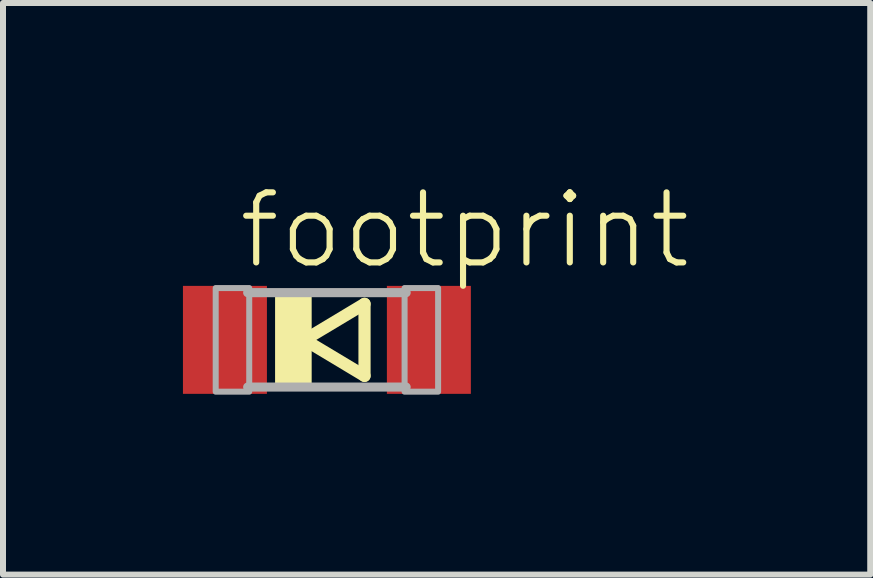
<source format=kicad_pcb>
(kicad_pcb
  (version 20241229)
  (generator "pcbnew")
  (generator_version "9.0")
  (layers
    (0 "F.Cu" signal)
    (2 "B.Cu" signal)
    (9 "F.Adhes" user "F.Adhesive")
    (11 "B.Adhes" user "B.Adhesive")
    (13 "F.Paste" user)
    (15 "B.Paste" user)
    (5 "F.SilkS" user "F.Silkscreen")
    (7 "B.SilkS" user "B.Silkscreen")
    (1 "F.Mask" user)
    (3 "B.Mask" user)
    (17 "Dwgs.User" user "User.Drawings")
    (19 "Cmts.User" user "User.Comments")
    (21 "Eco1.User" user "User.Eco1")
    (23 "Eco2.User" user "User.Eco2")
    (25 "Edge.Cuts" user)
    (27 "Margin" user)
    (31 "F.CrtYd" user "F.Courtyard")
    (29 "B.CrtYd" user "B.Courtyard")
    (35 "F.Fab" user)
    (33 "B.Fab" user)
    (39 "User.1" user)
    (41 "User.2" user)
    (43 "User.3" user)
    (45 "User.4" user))
  (footprint "footprint"
    (layer "F.Cu")
    (at 2.4 2.616)
    (property "Reference" "footprint" (at -1.524 -1.143 0) (layer "F.SilkS") (effects (font (size 1.168 1.168) (thickness 0.102)) (justify left bottom)))
    (fp_line (start -0.373 0) (end 0.627 0.6) (stroke (width 0.203) (type solid)) (layer "F.SilkS"))
    (fp_line (start 0.627 -0.6) (end -0.373 0) (stroke (width 0.203) (type solid)) (layer "F.SilkS"))
    (fp_line (start 0.627 0.6) (end 0.627 -0.6) (stroke (width 0.203) (type solid)) (layer "F.SilkS"))
    (fp_poly (pts (xy -0.864 0.787) (xy -0.254 0.787) (xy -0.254 -0.787) (xy -0.864 -0.787)) (stroke (width 0) (type solid)) (fill yes) (layer "F.SilkS"))
    (fp_line (start 1.321 -0.787) (end -1.321 -0.787) (stroke (width 0.152) (type solid)) (layer "F.Fab"))
    (fp_line (start 1.321 0.787) (end -1.321 0.787) (stroke (width 0.152) (type solid)) (layer "F.Fab"))
    (fp_poly (pts (xy -1.854 0.864) (xy -1.295 0.864) (xy -1.295 -0.864) (xy -1.854 -0.864)) (stroke (width 0.1) (type solid)) (fill no) (layer "F.Fab"))
    (fp_poly (pts (xy 1.295 0.864) (xy 1.854 0.864) (xy 1.854 -0.864) (xy 1.295 -0.864)) (stroke (width 0.1) (type solid)) (fill no) (layer "F.Fab"))
    (pad "A" smd rect (at 1.7 0) (size 1.4 1.8) (layers "F.Cu" "F.Mask" "F.Paste"))
    (pad "C" smd rect (at -1.7 0) (size 1.4 1.8) (layers "F.Cu" "F.Mask" "F.Paste")))
  (gr_rect
    (start -3 -3)
    (end 11.458 6.53)
    (stroke (width 0.1) (type default))
    (fill no)
    (layer "Edge.Cuts")))
</source>
